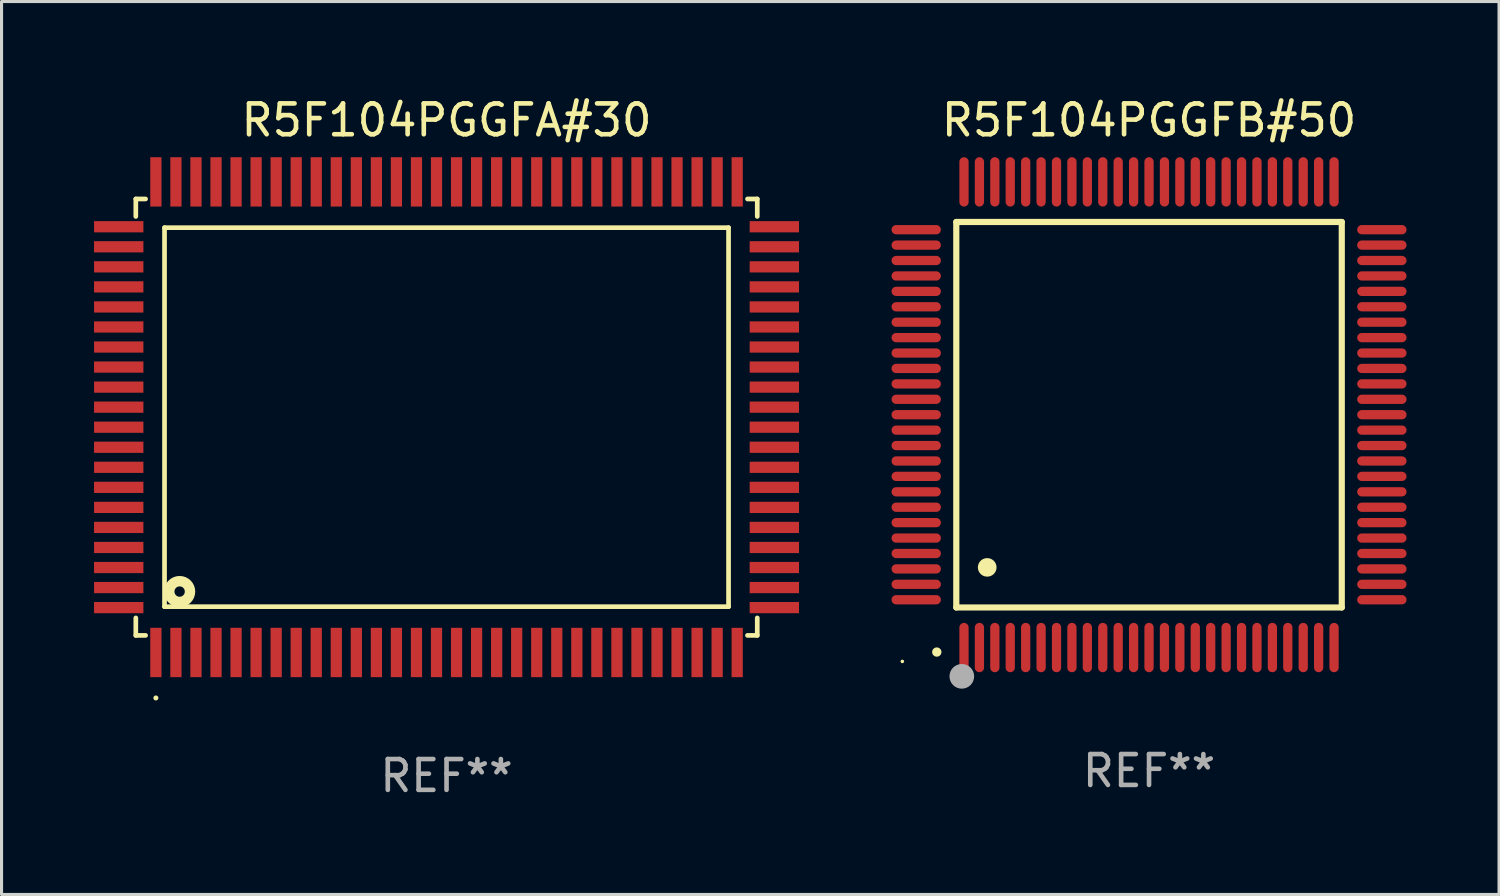
<source format=kicad_pcb>
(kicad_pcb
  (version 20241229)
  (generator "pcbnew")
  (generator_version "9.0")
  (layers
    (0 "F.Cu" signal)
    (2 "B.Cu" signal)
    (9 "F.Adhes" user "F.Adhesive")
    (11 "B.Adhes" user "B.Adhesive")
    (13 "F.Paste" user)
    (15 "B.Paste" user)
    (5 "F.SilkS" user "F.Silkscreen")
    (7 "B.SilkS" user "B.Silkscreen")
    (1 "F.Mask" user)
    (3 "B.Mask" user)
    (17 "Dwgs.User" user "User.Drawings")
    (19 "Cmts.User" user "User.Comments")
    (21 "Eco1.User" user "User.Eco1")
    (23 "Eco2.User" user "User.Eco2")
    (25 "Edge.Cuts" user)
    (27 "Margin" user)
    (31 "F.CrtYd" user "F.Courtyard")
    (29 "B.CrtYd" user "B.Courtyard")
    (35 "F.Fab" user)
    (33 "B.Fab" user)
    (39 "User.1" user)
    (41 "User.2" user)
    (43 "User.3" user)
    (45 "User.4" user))
  (footprint "R5F104PGGFB#50"
    (layer "F.Cu")
    (at 34.21 10.398)
    (property "Reference" "R5F104PGGFB#50" (at 0 -9.55 0) (layer "F.SilkS") (effects (font (size 1 1) (thickness 0.15))))
    (attr through_hole)
    (fp_line (start -6.25 -6.25) (end -6.25 6.25) (stroke (width 0.2) (type solid)) (layer "F.SilkS"))
    (fp_line (start -6.25 6.25) (end 6.25 6.25) (stroke (width 0.2) (type solid)) (layer "F.SilkS"))
    (fp_line (start 6.25 -6.25) (end -6.25 -6.25) (stroke (width 0.2) (type solid)) (layer "F.SilkS"))
    (fp_line (start 6.25 6.25) (end 6.25 -6.25) (stroke (width 0.2) (type solid)) (layer "F.SilkS"))
    (fp_arc (start -6.883414 7.696215) (mid -6.882144 7.69621) (end -6.880874 7.696215) (stroke (width 0.3) (type solid)) (layer "F.SilkS"))
    (fp_arc (start -5.250191 4.95047) (mid -5.247651 4.950459) (end -5.245111 4.95047) (stroke (width 0.6) (type solid)) (layer "F.SilkS"))
    (fp_circle (center -8 8) (end -7.97 8) (stroke (width 0.06) (type solid)) (fill no) (layer "F.SilkS"))
    (fp_circle (center -6.071 8.484) (end -5.871 8.484) (stroke (width 0.4) (type solid)) (fill no) (layer "F.Fab"))
    (fp_text user "REF**" (at 0 11.55 0) (layer "F.Fab") (effects (font (size 1 1) (thickness 0.15))))
    (pad "1" smd oval (at -6 7.55) (size 0.3 1.6) (layers "F.Cu" "F.Mask" "F.Paste"))
    (pad "2" smd oval (at -5.5 7.55) (size 0.3 1.6) (layers "F.Cu" "F.Mask" "F.Paste"))
    (pad "3" smd oval (at -5 7.55) (size 0.3 1.6) (layers "F.Cu" "F.Mask" "F.Paste"))
    (pad "4" smd oval (at -4.5 7.55) (size 0.3 1.6) (layers "F.Cu" "F.Mask" "F.Paste"))
    (pad "5" smd oval (at -4 7.55) (size 0.3 1.6) (layers "F.Cu" "F.Mask" "F.Paste"))
    (pad "6" smd oval (at -3.5 7.55) (size 0.3 1.6) (layers "F.Cu" "F.Mask" "F.Paste"))
    (pad "7" smd oval (at -3 7.55) (size 0.3 1.6) (layers "F.Cu" "F.Mask" "F.Paste"))
    (pad "8" smd oval (at -2.5 7.55) (size 0.3 1.6) (layers "F.Cu" "F.Mask" "F.Paste"))
    (pad "9" smd oval (at -2 7.55) (size 0.3 1.6) (layers "F.Cu" "F.Mask" "F.Paste"))
    (pad "10" smd oval (at -1.5 7.55) (size 0.3 1.6) (layers "F.Cu" "F.Mask" "F.Paste"))
    (pad "11" smd oval (at -1 7.55) (size 0.3 1.6) (layers "F.Cu" "F.Mask" "F.Paste"))
    (pad "12" smd oval (at -0.5 7.55) (size 0.3 1.6) (layers "F.Cu" "F.Mask" "F.Paste"))
    (pad "13" smd oval (at 0 7.55) (size 0.3 1.6) (layers "F.Cu" "F.Mask" "F.Paste"))
    (pad "14" smd oval (at 0.5 7.55) (size 0.3 1.6) (layers "F.Cu" "F.Mask" "F.Paste"))
    (pad "15" smd oval (at 1 7.55) (size 0.3 1.6) (layers "F.Cu" "F.Mask" "F.Paste"))
    (pad "16" smd oval (at 1.5 7.55) (size 0.3 1.6) (layers "F.Cu" "F.Mask" "F.Paste"))
    (pad "17" smd oval (at 2 7.55) (size 0.3 1.6) (layers "F.Cu" "F.Mask" "F.Paste"))
    (pad "18" smd oval (at 2.5 7.55) (size 0.3 1.6) (layers "F.Cu" "F.Mask" "F.Paste"))
    (pad "19" smd oval (at 3 7.55) (size 0.3 1.6) (layers "F.Cu" "F.Mask" "F.Paste"))
    (pad "20" smd oval (at 3.5 7.55) (size 0.3 1.6) (layers "F.Cu" "F.Mask" "F.Paste"))
    (pad "21" smd oval (at 4 7.55) (size 0.3 1.6) (layers "F.Cu" "F.Mask" "F.Paste"))
    (pad "22" smd oval (at 4.5 7.55) (size 0.3 1.6) (layers "F.Cu" "F.Mask" "F.Paste"))
    (pad "23" smd oval (at 5 7.55) (size 0.3 1.6) (layers "F.Cu" "F.Mask" "F.Paste"))
    (pad "24" smd oval (at 5.5 7.55) (size 0.3 1.6) (layers "F.Cu" "F.Mask" "F.Paste"))
    (pad "25" smd oval (at 6 7.55) (size 0.3 1.6) (layers "F.Cu" "F.Mask" "F.Paste"))
    (pad "26" smd oval (at 7.55 6) (size 1.6 0.3) (layers "F.Cu" "F.Mask" "F.Paste"))
    (pad "27" smd oval (at 7.55 5.5) (size 1.6 0.3) (layers "F.Cu" "F.Mask" "F.Paste"))
    (pad "28" smd oval (at 7.55 5) (size 1.6 0.3) (layers "F.Cu" "F.Mask" "F.Paste"))
    (pad "29" smd oval (at 7.55 4.5) (size 1.6 0.3) (layers "F.Cu" "F.Mask" "F.Paste"))
    (pad "30" smd oval (at 7.55 4) (size 1.6 0.3) (layers "F.Cu" "F.Mask" "F.Paste"))
    (pad "31" smd oval (at 7.55 3.5) (size 1.6 0.3) (layers "F.Cu" "F.Mask" "F.Paste"))
    (pad "32" smd oval (at 7.55 3) (size 1.6 0.3) (layers "F.Cu" "F.Mask" "F.Paste"))
    (pad "33" smd oval (at 7.55 2.5) (size 1.6 0.3) (layers "F.Cu" "F.Mask" "F.Paste"))
    (pad "34" smd oval (at 7.55 2) (size 1.6 0.3) (layers "F.Cu" "F.Mask" "F.Paste"))
    (pad "35" smd oval (at 7.55 1.5) (size 1.6 0.3) (layers "F.Cu" "F.Mask" "F.Paste"))
    (pad "36" smd oval (at 7.55 1) (size 1.6 0.3) (layers "F.Cu" "F.Mask" "F.Paste"))
    (pad "37" smd oval (at 7.55 0.5) (size 1.6 0.3) (layers "F.Cu" "F.Mask" "F.Paste"))
    (pad "38" smd oval (at 7.55 0) (size 1.6 0.3) (layers "F.Cu" "F.Mask" "F.Paste"))
    (pad "39" smd oval (at 7.55 -0.5) (size 1.6 0.3) (layers "F.Cu" "F.Mask" "F.Paste"))
    (pad "40" smd oval (at 7.55 -1) (size 1.6 0.3) (layers "F.Cu" "F.Mask" "F.Paste"))
    (pad "41" smd oval (at 7.55 -1.5) (size 1.6 0.3) (layers "F.Cu" "F.Mask" "F.Paste"))
    (pad "42" smd oval (at 7.55 -2) (size 1.6 0.3) (layers "F.Cu" "F.Mask" "F.Paste"))
    (pad "43" smd oval (at 7.55 -2.5) (size 1.6 0.3) (layers "F.Cu" "F.Mask" "F.Paste"))
    (pad "44" smd oval (at 7.55 -3) (size 1.6 0.3) (layers "F.Cu" "F.Mask" "F.Paste"))
    (pad "45" smd oval (at 7.55 -3.5) (size 1.6 0.3) (layers "F.Cu" "F.Mask" "F.Paste"))
    (pad "46" smd oval (at 7.55 -4) (size 1.6 0.3) (layers "F.Cu" "F.Mask" "F.Paste"))
    (pad "47" smd oval (at 7.55 -4.5) (size 1.6 0.3) (layers "F.Cu" "F.Mask" "F.Paste"))
    (pad "48" smd oval (at 7.55 -5) (size 1.6 0.3) (layers "F.Cu" "F.Mask" "F.Paste"))
    (pad "49" smd oval (at 7.55 -5.5) (size 1.6 0.3) (layers "F.Cu" "F.Mask" "F.Paste"))
    (pad "50" smd oval (at 7.55 -6) (size 1.6 0.3) (layers "F.Cu" "F.Mask" "F.Paste"))
    (pad "51" smd oval (at 6 -7.55) (size 0.3 1.6) (layers "F.Cu" "F.Mask" "F.Paste"))
    (pad "52" smd oval (at 5.5 -7.55) (size 0.3 1.6) (layers "F.Cu" "F.Mask" "F.Paste"))
    (pad "53" smd oval (at 5 -7.55) (size 0.3 1.6) (layers "F.Cu" "F.Mask" "F.Paste"))
    (pad "54" smd oval (at 4.5 -7.55) (size 0.3 1.6) (layers "F.Cu" "F.Mask" "F.Paste"))
    (pad "55" smd oval (at 4 -7.55) (size 0.3 1.6) (layers "F.Cu" "F.Mask" "F.Paste"))
    (pad "56" smd oval (at 3.5 -7.55) (size 0.3 1.6) (layers "F.Cu" "F.Mask" "F.Paste"))
    (pad "57" smd oval (at 3 -7.55) (size 0.3 1.6) (layers "F.Cu" "F.Mask" "F.Paste"))
    (pad "58" smd oval (at 2.5 -7.55) (size 0.3 1.6) (layers "F.Cu" "F.Mask" "F.Paste"))
    (pad "59" smd oval (at 2 -7.55) (size 0.3 1.6) (layers "F.Cu" "F.Mask" "F.Paste"))
    (pad "60" smd oval (at 1.5 -7.55) (size 0.3 1.6) (layers "F.Cu" "F.Mask" "F.Paste"))
    (pad "61" smd oval (at 1 -7.55) (size 0.3 1.6) (layers "F.Cu" "F.Mask" "F.Paste"))
    (pad "62" smd oval (at 0.5 -7.55) (size 0.3 1.6) (layers "F.Cu" "F.Mask" "F.Paste"))
    (pad "63" smd oval (at 0 -7.55) (size 0.3 1.6) (layers "F.Cu" "F.Mask" "F.Paste"))
    (pad "64" smd oval (at -0.5 -7.55) (size 0.3 1.6) (layers "F.Cu" "F.Mask" "F.Paste"))
    (pad "65" smd oval (at -1 -7.55) (size 0.3 1.6) (layers "F.Cu" "F.Mask" "F.Paste"))
    (pad "66" smd oval (at -1.5 -7.55) (size 0.3 1.6) (layers "F.Cu" "F.Mask" "F.Paste"))
    (pad "67" smd oval (at -2 -7.55) (size 0.3 1.6) (layers "F.Cu" "F.Mask" "F.Paste"))
    (pad "68" smd oval (at -2.5 -7.55) (size 0.3 1.6) (layers "F.Cu" "F.Mask" "F.Paste"))
    (pad "69" smd oval (at -3 -7.55) (size 0.3 1.6) (layers "F.Cu" "F.Mask" "F.Paste"))
    (pad "70" smd oval (at -3.5 -7.55) (size 0.3 1.6) (layers "F.Cu" "F.Mask" "F.Paste"))
    (pad "71" smd oval (at -4 -7.55) (size 0.3 1.6) (layers "F.Cu" "F.Mask" "F.Paste"))
    (pad "72" smd oval (at -4.5 -7.55) (size 0.3 1.6) (layers "F.Cu" "F.Mask" "F.Paste"))
    (pad "73" smd oval (at -5 -7.55) (size 0.3 1.6) (layers "F.Cu" "F.Mask" "F.Paste"))
    (pad "74" smd oval (at -5.5 -7.55) (size 0.3 1.6) (layers "F.Cu" "F.Mask" "F.Paste"))
    (pad "75" smd oval (at -6 -7.55) (size 0.3 1.6) (layers "F.Cu" "F.Mask" "F.Paste"))
    (pad "76" smd oval (at -7.55 -6) (size 1.6 0.3) (layers "F.Cu" "F.Mask" "F.Paste"))
    (pad "77" smd oval (at -7.55 -5.5) (size 1.6 0.3) (layers "F.Cu" "F.Mask" "F.Paste"))
    (pad "78" smd oval (at -7.55 -5) (size 1.6 0.3) (layers "F.Cu" "F.Mask" "F.Paste"))
    (pad "79" smd oval (at -7.55 -4.5) (size 1.6 0.3) (layers "F.Cu" "F.Mask" "F.Paste"))
    (pad "80" smd oval (at -7.55 -4) (size 1.6 0.3) (layers "F.Cu" "F.Mask" "F.Paste"))
    (pad "81" smd oval (at -7.55 -3.5) (size 1.6 0.3) (layers "F.Cu" "F.Mask" "F.Paste"))
    (pad "82" smd oval (at -7.55 -3) (size 1.6 0.3) (layers "F.Cu" "F.Mask" "F.Paste"))
    (pad "83" smd oval (at -7.55 -2.5) (size 1.6 0.3) (layers "F.Cu" "F.Mask" "F.Paste"))
    (pad "84" smd oval (at -7.55 -2) (size 1.6 0.3) (layers "F.Cu" "F.Mask" "F.Paste"))
    (pad "85" smd oval (at -7.55 -1.5) (size 1.6 0.3) (layers "F.Cu" "F.Mask" "F.Paste"))
    (pad "86" smd oval (at -7.55 -1) (size 1.6 0.3) (layers "F.Cu" "F.Mask" "F.Paste"))
    (pad "87" smd oval (at -7.55 -0.5) (size 1.6 0.3) (layers "F.Cu" "F.Mask" "F.Paste"))
    (pad "88" smd oval (at -7.55 0) (size 1.6 0.3) (layers "F.Cu" "F.Mask" "F.Paste"))
    (pad "89" smd oval (at -7.55 0.5) (size 1.6 0.3) (layers "F.Cu" "F.Mask" "F.Paste"))
    (pad "90" smd oval (at -7.55 1) (size 1.6 0.3) (layers "F.Cu" "F.Mask" "F.Paste"))
    (pad "91" smd oval (at -7.55 1.5) (size 1.6 0.3) (layers "F.Cu" "F.Mask" "F.Paste"))
    (pad "92" smd oval (at -7.55 2) (size 1.6 0.3) (layers "F.Cu" "F.Mask" "F.Paste"))
    (pad "93" smd oval (at -7.55 2.5) (size 1.6 0.3) (layers "F.Cu" "F.Mask" "F.Paste"))
    (pad "94" smd oval (at -7.55 3) (size 1.6 0.3) (layers "F.Cu" "F.Mask" "F.Paste"))
    (pad "95" smd oval (at -7.55 3.5) (size 1.6 0.3) (layers "F.Cu" "F.Mask" "F.Paste"))
    (pad "96" smd oval (at -7.55 4) (size 1.6 0.3) (layers "F.Cu" "F.Mask" "F.Paste"))
    (pad "97" smd oval (at -7.55 4.5) (size 1.6 0.3) (layers "F.Cu" "F.Mask" "F.Paste"))
    (pad "98" smd oval (at -7.55 5) (size 1.6 0.3) (layers "F.Cu" "F.Mask" "F.Paste"))
    (pad "99" smd oval (at -7.55 5.5) (size 1.6 0.3) (layers "F.Cu" "F.Mask" "F.Paste"))
    (pad "100" smd oval (at -7.55 6) (size 1.6 0.3) (layers "F.Cu" "F.Mask" "F.Paste")))
  (footprint "R5F104PGGFA#30"
    (layer "F.Cu")
    (at 11.43 10.478)
    (property "Reference" "R5F104PGGFA#30" (at 0 -9.63 0) (layer "F.SilkS") (effects (font (size 1 1) (thickness 0.15))))
    (attr through_hole)
    (fp_line (start -10.076 -7.076) (end -10.076 -6.509) (stroke (width 0.152) (type solid)) (layer "F.SilkS"))
    (fp_line (start -10.076 7.076) (end -10.076 6.509) (stroke (width 0.152) (type solid)) (layer "F.SilkS"))
    (fp_line (start -9.759 -7.076) (end -10.076 -7.076) (stroke (width 0.152) (type solid)) (layer "F.SilkS"))
    (fp_line (start -9.759 7.076) (end -10.076 7.076) (stroke (width 0.152) (type solid)) (layer "F.SilkS"))
    (fp_line (start -9.145 -6.145) (end 9.145 -6.145) (stroke (width 0.152) (type solid)) (layer "F.SilkS"))
    (fp_line (start -9.145 6.145) (end -9.145 -6.145) (stroke (width 0.152) (type solid)) (layer "F.SilkS"))
    (fp_line (start 9.145 -6.145) (end 9.145 6.145) (stroke (width 0.152) (type solid)) (layer "F.SilkS"))
    (fp_line (start 9.145 6.145) (end -9.145 6.145) (stroke (width 0.152) (type solid)) (layer "F.SilkS"))
    (fp_line (start 9.759 -7.076) (end 10.076 -7.076) (stroke (width 0.152) (type solid)) (layer "F.SilkS"))
    (fp_line (start 9.759 7.076) (end 10.076 7.076) (stroke (width 0.152) (type solid)) (layer "F.SilkS"))
    (fp_line (start 10.076 -7.076) (end 10.076 -6.509) (stroke (width 0.152) (type solid)) (layer "F.SilkS"))
    (fp_line (start 10.076 7.076) (end 10.076 6.509) (stroke (width 0.152) (type solid)) (layer "F.SilkS"))
    (fp_circle (center -9.425 9.105) (end -9.384 9.105) (stroke (width 0.081) (type solid)) (fill no) (layer "F.SilkS"))
    (fp_circle (center -8.655 5.655) (end -8.487 5.655) (stroke (width 0.338) (type solid)) (fill no) (layer "F.SilkS"))
    (fp_text user "REF**" (at 0 11.63 0) (layer "F.Fab") (effects (font (size 1 1) (thickness 0.15))))
    (pad "1" smd rect (at -9.425 7.63) (size 0.364 1.6) (layers "F.Cu" "F.Mask" "F.Paste"))
    (pad "2" smd rect (at -8.775 7.63) (size 0.364 1.6) (layers "F.Cu" "F.Mask" "F.Paste"))
    (pad "3" smd rect (at -8.125 7.63) (size 0.364 1.6) (layers "F.Cu" "F.Mask" "F.Paste"))
    (pad "4" smd rect (at -7.475 7.63) (size 0.364 1.6) (layers "F.Cu" "F.Mask" "F.Paste"))
    (pad "5" smd rect (at -6.825 7.63) (size 0.364 1.6) (layers "F.Cu" "F.Mask" "F.Paste"))
    (pad "6" smd rect (at -6.175 7.63) (size 0.364 1.6) (layers "F.Cu" "F.Mask" "F.Paste"))
    (pad "7" smd rect (at -5.525 7.63) (size 0.364 1.6) (layers "F.Cu" "F.Mask" "F.Paste"))
    (pad "8" smd rect (at -4.875 7.63) (size 0.364 1.6) (layers "F.Cu" "F.Mask" "F.Paste"))
    (pad "9" smd rect (at -4.225 7.63) (size 0.364 1.6) (layers "F.Cu" "F.Mask" "F.Paste"))
    (pad "10" smd rect (at -3.575 7.63) (size 0.364 1.6) (layers "F.Cu" "F.Mask" "F.Paste"))
    (pad "11" smd rect (at -2.925 7.63) (size 0.364 1.6) (layers "F.Cu" "F.Mask" "F.Paste"))
    (pad "12" smd rect (at -2.275 7.63) (size 0.364 1.6) (layers "F.Cu" "F.Mask" "F.Paste"))
    (pad "13" smd rect (at -1.625 7.63) (size 0.364 1.6) (layers "F.Cu" "F.Mask" "F.Paste"))
    (pad "14" smd rect (at -0.975 7.63) (size 0.364 1.6) (layers "F.Cu" "F.Mask" "F.Paste"))
    (pad "15" smd rect (at -0.325 7.63) (size 0.364 1.6) (layers "F.Cu" "F.Mask" "F.Paste"))
    (pad "16" smd rect (at 0.325 7.63) (size 0.364 1.6) (layers "F.Cu" "F.Mask" "F.Paste"))
    (pad "17" smd rect (at 0.975 7.63) (size 0.364 1.6) (layers "F.Cu" "F.Mask" "F.Paste"))
    (pad "18" smd rect (at 1.625 7.63) (size 0.364 1.6) (layers "F.Cu" "F.Mask" "F.Paste"))
    (pad "19" smd rect (at 2.275 7.63) (size 0.364 1.6) (layers "F.Cu" "F.Mask" "F.Paste"))
    (pad "20" smd rect (at 2.925 7.63) (size 0.364 1.6) (layers "F.Cu" "F.Mask" "F.Paste"))
    (pad "21" smd rect (at 3.575 7.63) (size 0.364 1.6) (layers "F.Cu" "F.Mask" "F.Paste"))
    (pad "22" smd rect (at 4.225 7.63) (size 0.364 1.6) (layers "F.Cu" "F.Mask" "F.Paste"))
    (pad "23" smd rect (at 4.875 7.63) (size 0.364 1.6) (layers "F.Cu" "F.Mask" "F.Paste"))
    (pad "24" smd rect (at 5.525 7.63) (size 0.364 1.6) (layers "F.Cu" "F.Mask" "F.Paste"))
    (pad "25" smd rect (at 6.175 7.63) (size 0.364 1.6) (layers "F.Cu" "F.Mask" "F.Paste"))
    (pad "26" smd rect (at 6.825 7.63) (size 0.364 1.6) (layers "F.Cu" "F.Mask" "F.Paste"))
    (pad "27" smd rect (at 7.475 7.63) (size 0.364 1.6) (layers "F.Cu" "F.Mask" "F.Paste"))
    (pad "28" smd rect (at 8.125 7.63) (size 0.364 1.6) (layers "F.Cu" "F.Mask" "F.Paste"))
    (pad "29" smd rect (at 8.775 7.63) (size 0.364 1.6) (layers "F.Cu" "F.Mask" "F.Paste"))
    (pad "30" smd rect (at 9.425 7.63) (size 0.364 1.6) (layers "F.Cu" "F.Mask" "F.Paste"))
    (pad "31" smd rect (at 10.63 6.175) (size 1.6 0.364) (layers "F.Cu" "F.Mask" "F.Paste"))
    (pad "32" smd rect (at 10.63 5.525) (size 1.6 0.364) (layers "F.Cu" "F.Mask" "F.Paste"))
    (pad "33" smd rect (at 10.63 4.875) (size 1.6 0.364) (layers "F.Cu" "F.Mask" "F.Paste"))
    (pad "34" smd rect (at 10.63 4.225) (size 1.6 0.364) (layers "F.Cu" "F.Mask" "F.Paste"))
    (pad "35" smd rect (at 10.63 3.575) (size 1.6 0.364) (layers "F.Cu" "F.Mask" "F.Paste"))
    (pad "36" smd rect (at 10.63 2.925) (size 1.6 0.364) (layers "F.Cu" "F.Mask" "F.Paste"))
    (pad "37" smd rect (at 10.63 2.275) (size 1.6 0.364) (layers "F.Cu" "F.Mask" "F.Paste"))
    (pad "38" smd rect (at 10.63 1.625) (size 1.6 0.364) (layers "F.Cu" "F.Mask" "F.Paste"))
    (pad "39" smd rect (at 10.63 0.975) (size 1.6 0.364) (layers "F.Cu" "F.Mask" "F.Paste"))
    (pad "40" smd rect (at 10.63 0.325) (size 1.6 0.364) (layers "F.Cu" "F.Mask" "F.Paste"))
    (pad "41" smd rect (at 10.63 -0.325) (size 1.6 0.364) (layers "F.Cu" "F.Mask" "F.Paste"))
    (pad "42" smd rect (at 10.63 -0.975) (size 1.6 0.364) (layers "F.Cu" "F.Mask" "F.Paste"))
    (pad "43" smd rect (at 10.63 -1.625) (size 1.6 0.364) (layers "F.Cu" "F.Mask" "F.Paste"))
    (pad "44" smd rect (at 10.63 -2.275) (size 1.6 0.364) (layers "F.Cu" "F.Mask" "F.Paste"))
    (pad "45" smd rect (at 10.63 -2.925) (size 1.6 0.364) (layers "F.Cu" "F.Mask" "F.Paste"))
    (pad "46" smd rect (at 10.63 -3.575) (size 1.6 0.364) (layers "F.Cu" "F.Mask" "F.Paste"))
    (pad "47" smd rect (at 10.63 -4.225) (size 1.6 0.364) (layers "F.Cu" "F.Mask" "F.Paste"))
    (pad "48" smd rect (at 10.63 -4.875) (size 1.6 0.364) (layers "F.Cu" "F.Mask" "F.Paste"))
    (pad "49" smd rect (at 10.63 -5.525) (size 1.6 0.364) (layers "F.Cu" "F.Mask" "F.Paste"))
    (pad "50" smd rect (at 10.63 -6.175) (size 1.6 0.364) (layers "F.Cu" "F.Mask" "F.Paste"))
    (pad "51" smd rect (at 9.425 -7.63) (size 0.364 1.6) (layers "F.Cu" "F.Mask" "F.Paste"))
    (pad "52" smd rect (at 8.775 -7.63) (size 0.364 1.6) (layers "F.Cu" "F.Mask" "F.Paste"))
    (pad "53" smd rect (at 8.125 -7.63) (size 0.364 1.6) (layers "F.Cu" "F.Mask" "F.Paste"))
    (pad "54" smd rect (at 7.475 -7.63) (size 0.364 1.6) (layers "F.Cu" "F.Mask" "F.Paste"))
    (pad "55" smd rect (at 6.825 -7.63) (size 0.364 1.6) (layers "F.Cu" "F.Mask" "F.Paste"))
    (pad "56" smd rect (at 6.175 -7.63) (size 0.364 1.6) (layers "F.Cu" "F.Mask" "F.Paste"))
    (pad "57" smd rect (at 5.525 -7.63) (size 0.364 1.6) (layers "F.Cu" "F.Mask" "F.Paste"))
    (pad "58" smd rect (at 4.875 -7.63) (size 0.364 1.6) (layers "F.Cu" "F.Mask" "F.Paste"))
    (pad "59" smd rect (at 4.225 -7.63) (size 0.364 1.6) (layers "F.Cu" "F.Mask" "F.Paste"))
    (pad "60" smd rect (at 3.575 -7.63) (size 0.364 1.6) (layers "F.Cu" "F.Mask" "F.Paste"))
    (pad "61" smd rect (at 2.925 -7.63) (size 0.364 1.6) (layers "F.Cu" "F.Mask" "F.Paste"))
    (pad "62" smd rect (at 2.275 -7.63) (size 0.364 1.6) (layers "F.Cu" "F.Mask" "F.Paste"))
    (pad "63" smd rect (at 1.625 -7.63) (size 0.364 1.6) (layers "F.Cu" "F.Mask" "F.Paste"))
    (pad "64" smd rect (at 0.975 -7.63) (size 0.364 1.6) (layers "F.Cu" "F.Mask" "F.Paste"))
    (pad "65" smd rect (at 0.325 -7.63) (size 0.364 1.6) (layers "F.Cu" "F.Mask" "F.Paste"))
    (pad "66" smd rect (at -0.325 -7.63) (size 0.364 1.6) (layers "F.Cu" "F.Mask" "F.Paste"))
    (pad "67" smd rect (at -0.975 -7.63) (size 0.364 1.6) (layers "F.Cu" "F.Mask" "F.Paste"))
    (pad "68" smd rect (at -1.625 -7.63) (size 0.364 1.6) (layers "F.Cu" "F.Mask" "F.Paste"))
    (pad "69" smd rect (at -2.275 -7.63) (size 0.364 1.6) (layers "F.Cu" "F.Mask" "F.Paste"))
    (pad "70" smd rect (at -2.925 -7.63) (size 0.364 1.6) (layers "F.Cu" "F.Mask" "F.Paste"))
    (pad "71" smd rect (at -3.575 -7.63) (size 0.364 1.6) (layers "F.Cu" "F.Mask" "F.Paste"))
    (pad "72" smd rect (at -4.225 -7.63) (size 0.364 1.6) (layers "F.Cu" "F.Mask" "F.Paste"))
    (pad "73" smd rect (at -4.875 -7.63) (size 0.364 1.6) (layers "F.Cu" "F.Mask" "F.Paste"))
    (pad "74" smd rect (at -5.525 -7.63) (size 0.364 1.6) (layers "F.Cu" "F.Mask" "F.Paste"))
    (pad "75" smd rect (at -6.175 -7.63) (size 0.364 1.6) (layers "F.Cu" "F.Mask" "F.Paste"))
    (pad "76" smd rect (at -6.825 -7.63) (size 0.364 1.6) (layers "F.Cu" "F.Mask" "F.Paste"))
    (pad "77" smd rect (at -7.475 -7.63) (size 0.364 1.6) (layers "F.Cu" "F.Mask" "F.Paste"))
    (pad "78" smd rect (at -8.125 -7.63) (size 0.364 1.6) (layers "F.Cu" "F.Mask" "F.Paste"))
    (pad "79" smd rect (at -8.775 -7.63) (size 0.364 1.6) (layers "F.Cu" "F.Mask" "F.Paste"))
    (pad "80" smd rect (at -9.425 -7.63) (size 0.364 1.6) (layers "F.Cu" "F.Mask" "F.Paste"))
    (pad "81" smd rect (at -10.63 -6.175) (size 1.6 0.364) (layers "F.Cu" "F.Mask" "F.Paste"))
    (pad "82" smd rect (at -10.63 -5.525) (size 1.6 0.364) (layers "F.Cu" "F.Mask" "F.Paste"))
    (pad "83" smd rect (at -10.63 -4.875) (size 1.6 0.364) (layers "F.Cu" "F.Mask" "F.Paste"))
    (pad "84" smd rect (at -10.63 -4.225) (size 1.6 0.364) (layers "F.Cu" "F.Mask" "F.Paste"))
    (pad "85" smd rect (at -10.63 -3.575) (size 1.6 0.364) (layers "F.Cu" "F.Mask" "F.Paste"))
    (pad "86" smd rect (at -10.63 -2.925) (size 1.6 0.364) (layers "F.Cu" "F.Mask" "F.Paste"))
    (pad "87" smd rect (at -10.63 -2.275) (size 1.6 0.364) (layers "F.Cu" "F.Mask" "F.Paste"))
    (pad "88" smd rect (at -10.63 -1.625) (size 1.6 0.364) (layers "F.Cu" "F.Mask" "F.Paste"))
    (pad "89" smd rect (at -10.63 -0.975) (size 1.6 0.364) (layers "F.Cu" "F.Mask" "F.Paste"))
    (pad "90" smd rect (at -10.63 -0.325) (size 1.6 0.364) (layers "F.Cu" "F.Mask" "F.Paste"))
    (pad "91" smd rect (at -10.63 0.325) (size 1.6 0.364) (layers "F.Cu" "F.Mask" "F.Paste"))
    (pad "92" smd rect (at -10.63 0.975) (size 1.6 0.364) (layers "F.Cu" "F.Mask" "F.Paste"))
    (pad "93" smd rect (at -10.63 1.625) (size 1.6 0.364) (layers "F.Cu" "F.Mask" "F.Paste"))
    (pad "94" smd rect (at -10.63 2.275) (size 1.6 0.364) (layers "F.Cu" "F.Mask" "F.Paste"))
    (pad "95" smd rect (at -10.63 2.925) (size 1.6 0.364) (layers "F.Cu" "F.Mask" "F.Paste"))
    (pad "96" smd rect (at -10.63 3.575) (size 1.6 0.364) (layers "F.Cu" "F.Mask" "F.Paste"))
    (pad "97" smd rect (at -10.63 4.225) (size 1.6 0.364) (layers "F.Cu" "F.Mask" "F.Paste"))
    (pad "98" smd rect (at -10.63 4.875) (size 1.6 0.364) (layers "F.Cu" "F.Mask" "F.Paste"))
    (pad "99" smd rect (at -10.63 5.525) (size 1.6 0.364) (layers "F.Cu" "F.Mask" "F.Paste"))
    (pad "100" smd rect (at -10.63 6.175) (size 1.6 0.364) (layers "F.Cu" "F.Mask" "F.Paste")))
  (gr_rect
    (start -3 -3)
    (end 45.56 25.956)
    (stroke (width 0.1) (type default))
    (fill no)
    (layer "Edge.Cuts")))
</source>
